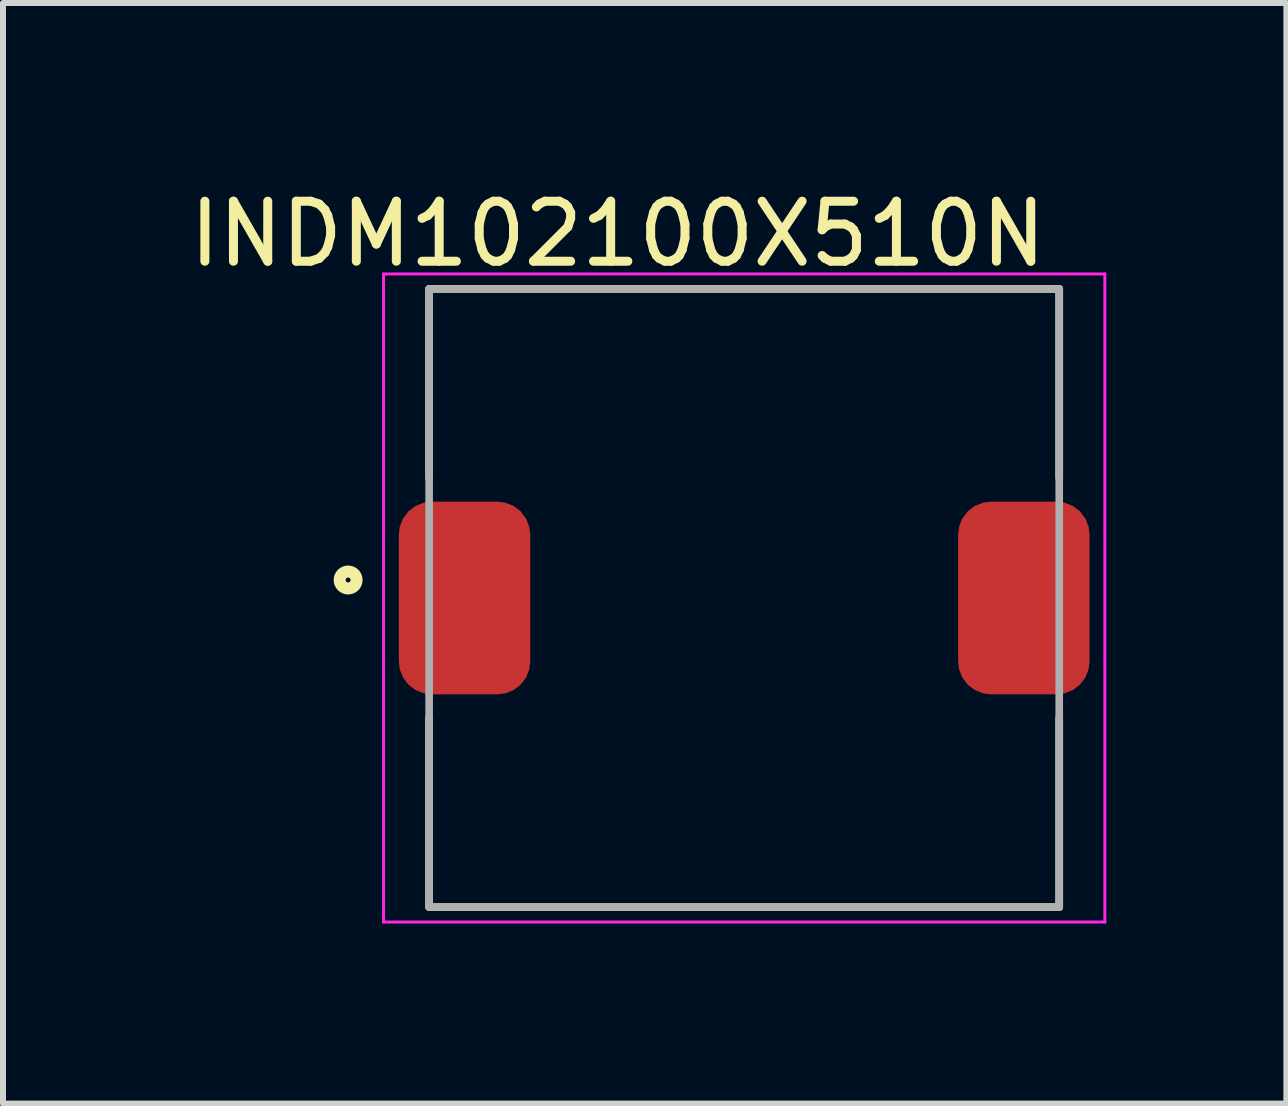
<source format=kicad_pcb>
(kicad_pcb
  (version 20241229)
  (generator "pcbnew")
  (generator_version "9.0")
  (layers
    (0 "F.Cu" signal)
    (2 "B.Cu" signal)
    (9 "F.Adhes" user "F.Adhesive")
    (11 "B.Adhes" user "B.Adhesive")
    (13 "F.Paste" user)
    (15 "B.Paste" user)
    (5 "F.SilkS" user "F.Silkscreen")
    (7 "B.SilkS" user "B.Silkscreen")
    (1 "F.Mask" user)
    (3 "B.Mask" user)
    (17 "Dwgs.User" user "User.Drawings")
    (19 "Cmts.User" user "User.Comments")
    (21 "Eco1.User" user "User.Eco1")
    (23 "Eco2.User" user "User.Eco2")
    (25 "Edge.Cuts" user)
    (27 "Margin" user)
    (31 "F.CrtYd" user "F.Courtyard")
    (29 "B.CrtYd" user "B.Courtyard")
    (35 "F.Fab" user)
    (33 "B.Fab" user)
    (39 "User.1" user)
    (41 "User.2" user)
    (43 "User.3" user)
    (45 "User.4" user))
  (footprint "INDM102100X510N"
    (layer "F.Cu")
    (at 9.351 6.915)
    (property "Reference" "INDM102100X510N" (at -2.106 -6.067 0) (layer "F.SilkS") (effects (font (size 1 1) (thickness 0.15))))
    (attr smd)
    (fp_line (start -5.25 -5.15) (end -5.25 -2) (stroke (width 0.127) (type solid)) (layer "F.SilkS"))
    (fp_line (start -5.25 -5.15) (end 5.25 -5.15) (stroke (width 0.127) (type solid)) (layer "F.SilkS"))
    (fp_line (start -5.25 2) (end -5.25 5.15) (stroke (width 0.127) (type solid)) (layer "F.SilkS"))
    (fp_line (start -5.25 5.15) (end 5.25 5.15) (stroke (width 0.127) (type solid)) (layer "F.SilkS"))
    (fp_line (start 5.25 -5.15) (end 5.25 -2) (stroke (width 0.127) (type solid)) (layer "F.SilkS"))
    (fp_line (start 5.25 2) (end 5.25 5.15) (stroke (width 0.127) (type solid)) (layer "F.SilkS"))
    (fp_circle (center -6.6 -0.3) (end -6.459 -0.3) (stroke (width 0.2) (type solid)) (fill no) (layer "F.SilkS"))
    (fp_line (start -6.01 -5.4) (end 6.01 -5.4) (stroke (width 0.05) (type solid)) (layer "F.CrtYd"))
    (fp_line (start -6.01 5.4) (end -6.01 -5.4) (stroke (width 0.05) (type solid)) (layer "F.CrtYd"))
    (fp_line (start 6.01 -5.4) (end 6.01 5.4) (stroke (width 0.05) (type solid)) (layer "F.CrtYd"))
    (fp_line (start 6.01 5.4) (end -6.01 5.4) (stroke (width 0.05) (type solid)) (layer "F.CrtYd"))
    (fp_line (start -5.25 -5.15) (end 5.25 -5.15) (stroke (width 0.127) (type solid)) (layer "F.Fab"))
    (fp_line (start -5.25 5.15) (end -5.25 -5.15) (stroke (width 0.127) (type solid)) (layer "F.Fab"))
    (fp_line (start 5.25 -5.15) (end 5.25 5.15) (stroke (width 0.127) (type solid)) (layer "F.Fab"))
    (fp_line (start 5.25 5.15) (end -5.25 5.15) (stroke (width 0.127) (type solid)) (layer "F.Fab"))
    (pad "1" smd roundrect (at -4.66 0) (size 2.19 3.21) (layers "F.Cu" "F.Mask" "F.Paste") (roundrect_rratio 0.25))
    (pad "2" smd roundrect (at 4.66 0) (size 2.19 3.21) (layers "F.Cu" "F.Mask" "F.Paste") (roundrect_rratio 0.25)))
  (gr_rect
    (start -3 -3)
    (end 18.386 15.34)
    (stroke (width 0.1) (type default))
    (fill no)
    (layer "Edge.Cuts")))
</source>
